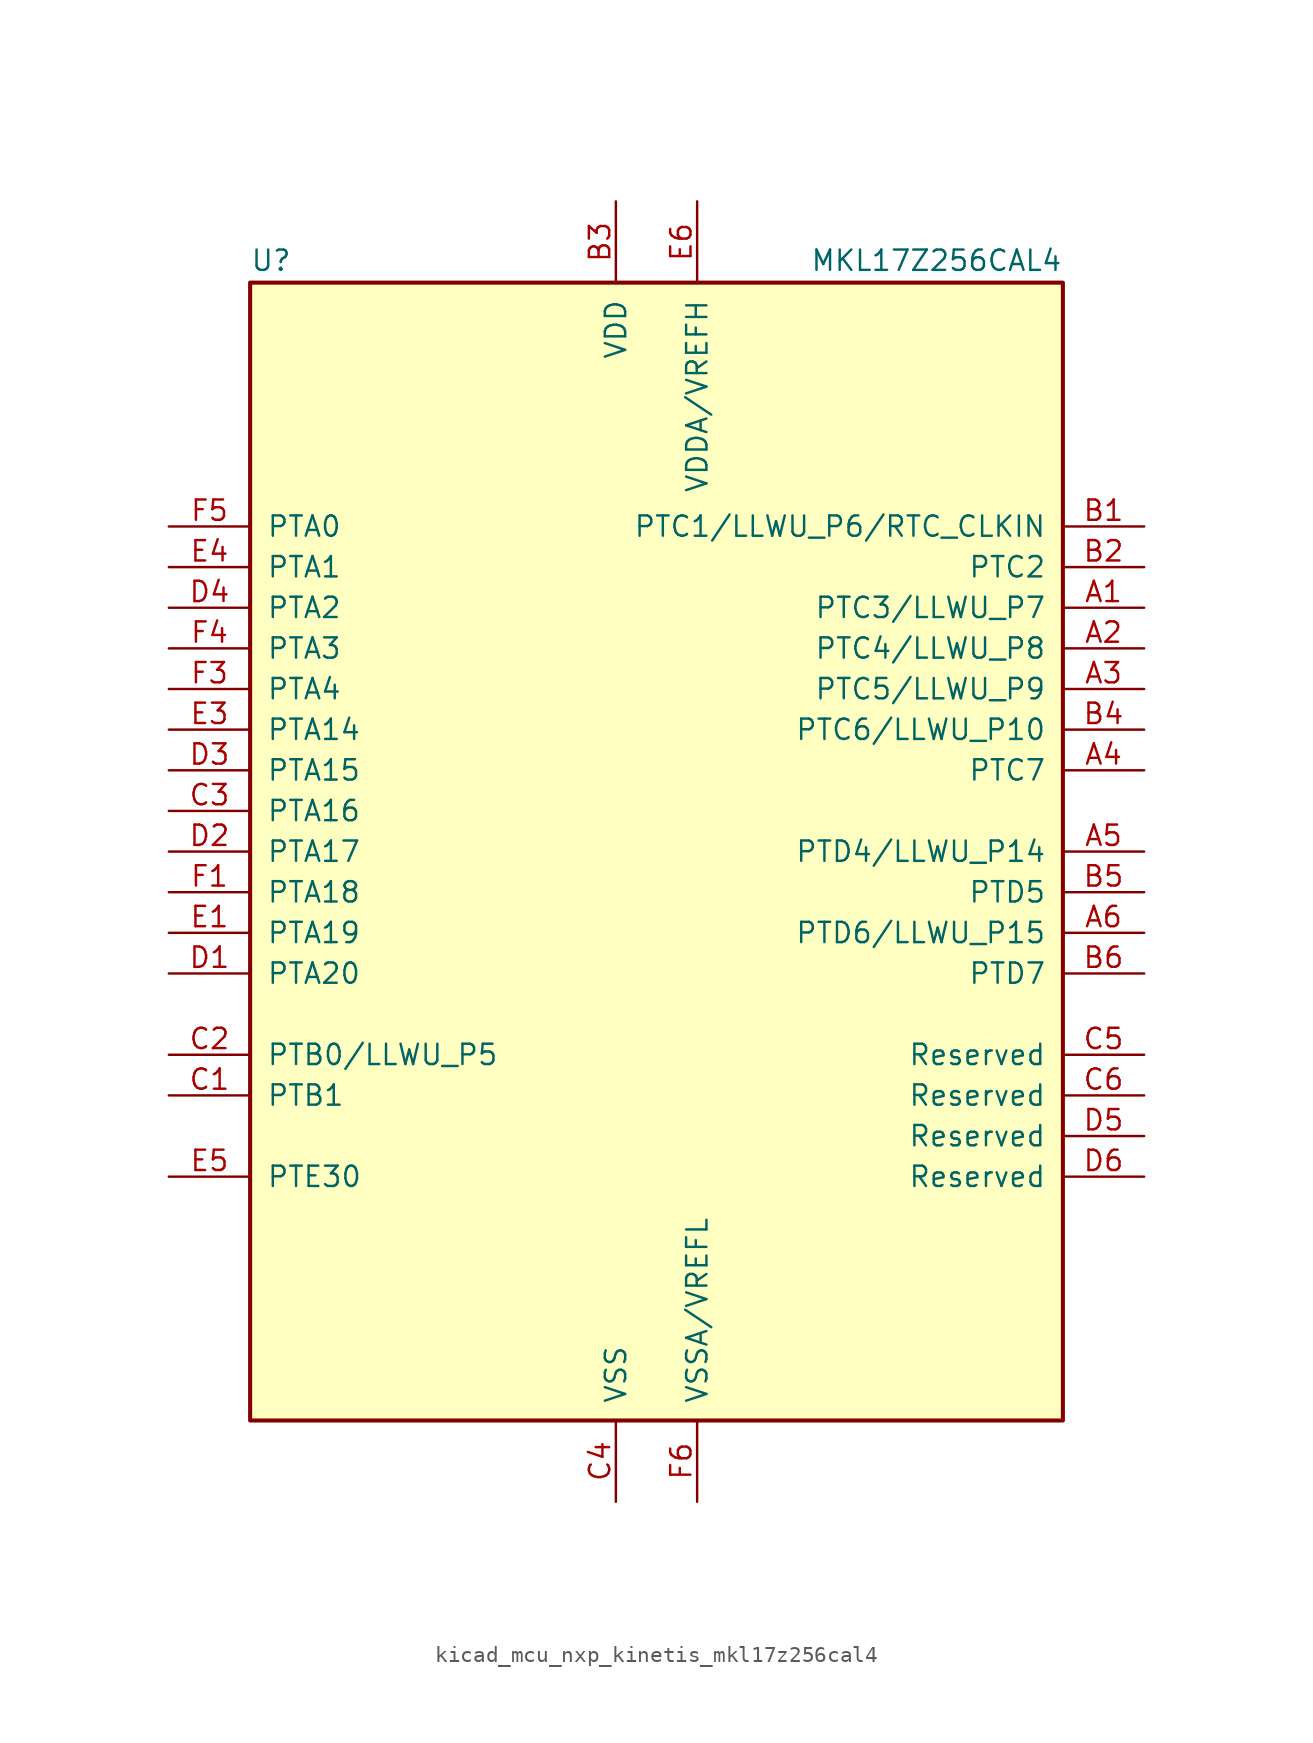
<source format=kicad_sym>
(kicad_symbol_lib
  (version 20220914)
  (generator kicad_symbol_editor)
  (symbol "kicad_mcu_nxp_kinetis_mkl17z256cal4"
    (pin_names
      (offset 1.016))
    (property "Reference" "U"
      (at -25.4 36.195 0)
      (effects (font (size 1.27 1.27)) (justify left bottom)))
    (property "Value" "MKL17Z256CAL4"
      (at 25.4 36.195 0)
      (effects (font (size 1.27 1.27)) (justify right bottom)))
    (symbol "kicad_mcu_nxp_kinetis_mkl17z256cal4_0_1"
      (rectangle (start -25.4 35.56) (end 25.4 -35.56) (stroke (width 0.254) (type default)) (fill (type background))))
    (symbol "kicad_mcu_nxp_kinetis_mkl17z256cal4_1_1"
      (pin bidirectional line (at 30.48 15.24 180) (length 5.08) (name "PTC3/LLWU_P7" (effects (font (size 1.27 1.27)))) (number "A1" (effects (font (size 1.27 1.27)))))
      (pin bidirectional line (at 30.48 12.7 180) (length 5.08) (name "PTC4/LLWU_P8" (effects (font (size 1.27 1.27)))) (number "A2" (effects (font (size 1.27 1.27)))))
      (pin bidirectional line (at 30.48 10.16 180) (length 5.08) (name "PTC5/LLWU_P9" (effects (font (size 1.27 1.27)))) (number "A3" (effects (font (size 1.27 1.27)))))
      (pin bidirectional line (at 30.48 5.08 180) (length 5.08) (name "PTC7" (effects (font (size 1.27 1.27)))) (number "A4" (effects (font (size 1.27 1.27)))))
      (pin bidirectional line (at 30.48 0 180) (length 5.08) (name "PTD4/LLWU_P14" (effects (font (size 1.27 1.27)))) (number "A5" (effects (font (size 1.27 1.27)))))
      (pin bidirectional line (at 30.48 -5.08 180) (length 5.08) (name "PTD6/LLWU_P15" (effects (font (size 1.27 1.27)))) (number "A6" (effects (font (size 1.27 1.27)))))
      (pin bidirectional line (at 30.48 20.32 180) (length 5.08) (name "PTC1/LLWU_P6/RTC_CLKIN" (effects (font (size 1.27 1.27)))) (number "B1" (effects (font (size 1.27 1.27)))))
      (pin bidirectional line (at 30.48 17.78 180) (length 5.08) (name "PTC2" (effects (font (size 1.27 1.27)))) (number "B2" (effects (font (size 1.27 1.27)))))
      (pin power_in line (at -2.54 40.64 270) (length 5.08) (name "VDD" (effects (font (size 1.27 1.27)))) (number "B3" (effects (font (size 1.27 1.27)))))
      (pin bidirectional line (at 30.48 7.62 180) (length 5.08) (name "PTC6/LLWU_P10" (effects (font (size 1.27 1.27)))) (number "B4" (effects (font (size 1.27 1.27)))))
      (pin bidirectional line (at 30.48 -2.54 180) (length 5.08) (name "PTD5" (effects (font (size 1.27 1.27)))) (number "B5" (effects (font (size 1.27 1.27)))))
      (pin bidirectional line (at 30.48 -7.62 180) (length 5.08) (name "PTD7" (effects (font (size 1.27 1.27)))) (number "B6" (effects (font (size 1.27 1.27)))))
      (pin bidirectional line (at -30.48 -15.24 0) (length 5.08) (name "PTB1" (effects (font (size 1.27 1.27)))) (number "C1" (effects (font (size 1.27 1.27)))))
      (pin bidirectional line (at -30.48 -12.7 0) (length 5.08) (name "PTB0/LLWU_P5" (effects (font (size 1.27 1.27)))) (number "C2" (effects (font (size 1.27 1.27)))))
      (pin bidirectional line (at -30.48 2.54 0) (length 5.08) (name "PTA16" (effects (font (size 1.27 1.27)))) (number "C3" (effects (font (size 1.27 1.27)))))
      (pin power_in line (at -2.54 -40.64 90) (length 5.08) (name "VSS" (effects (font (size 1.27 1.27)))) (number "C4" (effects (font (size 1.27 1.27)))))
      (pin passive line (at 30.48 -12.7 180) (length 5.08) (name "Reserved" (effects (font (size 1.27 1.27)))) (number "C5" (effects (font (size 1.27 1.27)))))
      (pin passive line (at 30.48 -15.24 180) (length 5.08) (name "Reserved" (effects (font (size 1.27 1.27)))) (number "C6" (effects (font (size 1.27 1.27)))))
      (pin bidirectional line (at -30.48 -7.62 0) (length 5.08) (name "PTA20" (effects (font (size 1.27 1.27)))) (number "D1" (effects (font (size 1.27 1.27)))))
      (pin bidirectional line (at -30.48 0 0) (length 5.08) (name "PTA17" (effects (font (size 1.27 1.27)))) (number "D2" (effects (font (size 1.27 1.27)))))
      (pin bidirectional line (at -30.48 5.08 0) (length 5.08) (name "PTA15" (effects (font (size 1.27 1.27)))) (number "D3" (effects (font (size 1.27 1.27)))))
      (pin bidirectional line (at -30.48 15.24 0) (length 5.08) (name "PTA2" (effects (font (size 1.27 1.27)))) (number "D4" (effects (font (size 1.27 1.27)))))
      (pin passive line (at 30.48 -17.78 180) (length 5.08) (name "Reserved" (effects (font (size 1.27 1.27)))) (number "D5" (effects (font (size 1.27 1.27)))))
      (pin passive line (at 30.48 -20.32 180) (length 5.08) (name "Reserved" (effects (font (size 1.27 1.27)))) (number "D6" (effects (font (size 1.27 1.27)))))
      (pin bidirectional line (at -30.48 -5.08 0) (length 5.08) (name "PTA19" (effects (font (size 1.27 1.27)))) (number "E1" (effects (font (size 1.27 1.27)))))
      (pin passive line (at -2.54 40.64 270) (length 5.08) hide (name "VDD" (effects (font (size 1.27 1.27)))) (number "E2" (effects (font (size 1.27 1.27)))))
      (pin bidirectional line (at -30.48 7.62 0) (length 5.08) (name "PTA14" (effects (font (size 1.27 1.27)))) (number "E3" (effects (font (size 1.27 1.27)))))
      (pin bidirectional line (at -30.48 17.78 0) (length 5.08) (name "PTA1" (effects (font (size 1.27 1.27)))) (number "E4" (effects (font (size 1.27 1.27)))))
      (pin bidirectional line (at -30.48 -20.32 0) (length 5.08) (name "PTE30" (effects (font (size 1.27 1.27)))) (number "E5" (effects (font (size 1.27 1.27)))))
      (pin power_in line (at 2.54 40.64 270) (length 5.08) (name "VDDA/VREFH" (effects (font (size 1.27 1.27)))) (number "E6" (effects (font (size 1.27 1.27)))))
      (pin bidirectional line (at -30.48 -2.54 0) (length 5.08) (name "PTA18" (effects (font (size 1.27 1.27)))) (number "F1" (effects (font (size 1.27 1.27)))))
      (pin passive line (at -2.54 -40.64 90) (length 5.08) hide (name "VSS" (effects (font (size 1.27 1.27)))) (number "F2" (effects (font (size 1.27 1.27)))))
      (pin bidirectional line (at -30.48 10.16 0) (length 5.08) (name "PTA4" (effects (font (size 1.27 1.27)))) (number "F3" (effects (font (size 1.27 1.27)))))
      (pin bidirectional line (at -30.48 12.7 0) (length 5.08) (name "PTA3" (effects (font (size 1.27 1.27)))) (number "F4" (effects (font (size 1.27 1.27)))))
      (pin bidirectional line (at -30.48 20.32 0) (length 5.08) (name "PTA0" (effects (font (size 1.27 1.27)))) (number "F5" (effects (font (size 1.27 1.27)))))
      (pin power_in line (at 2.54 -40.64 90) (length 5.08) (name "VSSA/VREFL" (effects (font (size 1.27 1.27)))) (number "F6" (effects (font (size 1.27 1.27))))))))
</source>
